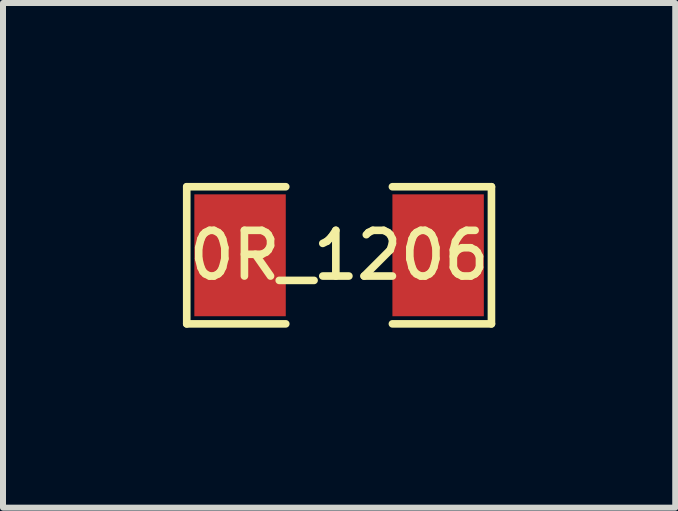
<source format=kicad_pcb>
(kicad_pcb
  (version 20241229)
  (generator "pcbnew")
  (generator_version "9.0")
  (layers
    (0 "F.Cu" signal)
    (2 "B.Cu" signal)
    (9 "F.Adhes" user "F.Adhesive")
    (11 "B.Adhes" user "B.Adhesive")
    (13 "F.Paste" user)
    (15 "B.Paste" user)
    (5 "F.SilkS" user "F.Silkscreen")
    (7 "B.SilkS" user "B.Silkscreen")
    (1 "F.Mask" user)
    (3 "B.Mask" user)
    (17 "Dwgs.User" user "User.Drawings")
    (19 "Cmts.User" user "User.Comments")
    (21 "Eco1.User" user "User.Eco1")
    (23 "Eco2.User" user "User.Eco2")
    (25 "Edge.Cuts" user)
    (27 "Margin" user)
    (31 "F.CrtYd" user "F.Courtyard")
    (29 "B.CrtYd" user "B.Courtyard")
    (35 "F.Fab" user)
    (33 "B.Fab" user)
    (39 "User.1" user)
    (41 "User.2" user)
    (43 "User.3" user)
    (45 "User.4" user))
  (footprint "0R_1206"
    (layer "F.Cu")
    (at 2.603 1.206)
    (property "Reference" "0R_1206" (at 0 0 0) (layer "F.SilkS") (effects (font (size 0.762 0.762) (thickness 0.127))))
    (attr smd)
    (fp_line (start -2.54 -1.143) (end -2.54 1.143) (stroke (width 0.127) (type solid)) (layer "F.SilkS"))
    (fp_line (start -2.54 1.143) (end -0.889 1.143) (stroke (width 0.127) (type solid)) (layer "F.SilkS"))
    (fp_line (start -0.889 -1.143) (end -2.54 -1.143) (stroke (width 0.127) (type solid)) (layer "F.SilkS"))
    (fp_line (start 0.889 -1.143) (end 2.54 -1.143) (stroke (width 0.127) (type solid)) (layer "F.SilkS"))
    (fp_line (start 2.54 -1.143) (end 2.54 1.143) (stroke (width 0.127) (type solid)) (layer "F.SilkS"))
    (fp_line (start 2.54 1.143) (end 0.889 1.143) (stroke (width 0.127) (type solid)) (layer "F.SilkS"))
    (pad "1" smd rect (at -1.651 0) (size 1.524 2.032) (layers "F.Cu" "F.Mask" "F.Paste"))
    (pad "2" smd rect (at 1.651 0) (size 1.524 2.032) (layers "F.Cu" "F.Mask" "F.Paste")))
  (gr_rect
    (start -3 -3)
    (end 8.207 5.413)
    (stroke (width 0.1) (type default))
    (fill no)
    (layer "Edge.Cuts")))
</source>
